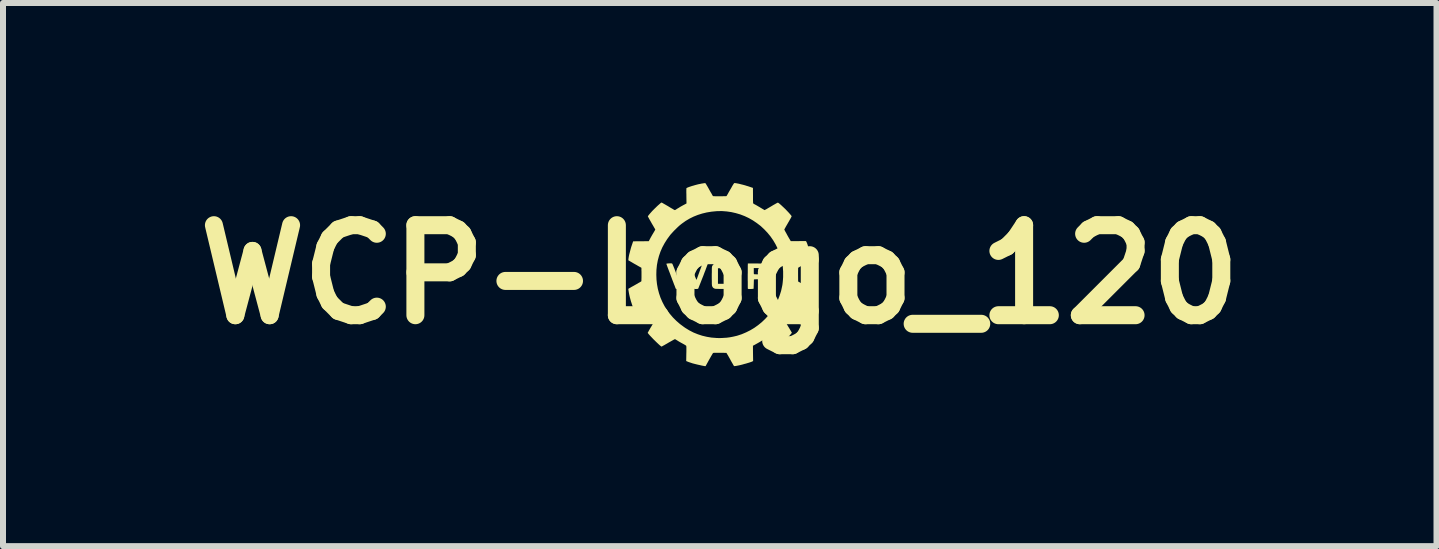
<source format=kicad_pcb>
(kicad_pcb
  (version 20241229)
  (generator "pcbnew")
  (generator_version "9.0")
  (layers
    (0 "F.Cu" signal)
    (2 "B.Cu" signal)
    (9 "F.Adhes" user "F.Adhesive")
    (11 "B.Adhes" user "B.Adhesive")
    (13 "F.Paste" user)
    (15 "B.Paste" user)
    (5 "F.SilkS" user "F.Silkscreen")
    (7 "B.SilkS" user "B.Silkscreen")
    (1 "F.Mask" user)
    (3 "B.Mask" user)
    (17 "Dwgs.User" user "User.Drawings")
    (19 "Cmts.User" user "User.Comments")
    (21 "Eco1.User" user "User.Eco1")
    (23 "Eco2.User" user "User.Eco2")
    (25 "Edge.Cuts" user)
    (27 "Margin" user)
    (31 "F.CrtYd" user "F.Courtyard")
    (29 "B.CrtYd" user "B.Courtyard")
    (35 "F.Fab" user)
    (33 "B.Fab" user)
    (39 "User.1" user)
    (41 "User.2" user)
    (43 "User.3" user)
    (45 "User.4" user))
  (footprint "WCP-Logo_120"
    (layer "F.Cu")
    (at 8.943 1.524)
    (property "Reference" "WCP-Logo_120" (at 0 0 0) (layer "F.SilkS") (effects (font (size 1.5 1.5) (thickness 0.3))))
    (attr board_only exclude_from_pos_files exclude_from_bom)
    (fp_poly (pts (xy 0.075 -0.182) (xy 0.107 -0.182) (xy 0.143 -0.182) (xy 0.174 -0.182) (xy 0.2 -0.182) (xy 0.222 -0.181) (xy 0.239 -0.181) (xy 0.253 -0.181) (xy 0.264 -0.18) (xy 0.272 -0.179) (xy 0.278 -0.179) (xy 0.282 -0.178) (xy 0.286 -0.177) (xy 0.288 -0.176) (xy 0.301 -0.169) (xy 0.311 -0.161) (xy 0.318 -0.151) (xy 0.323 -0.137) (xy 0.327 -0.12) (xy 0.329 -0.097) (xy 0.33 -0.091) (xy 0.331 -0.076) (xy 0.332 -0.062) (xy 0.332 -0.052) (xy 0.332 -0.046) (xy 0.331 -0.045) (xy 0.328 -0.043) (xy 0.32 -0.04) (xy 0.307 -0.038) (xy 0.288 -0.035) (xy 0.282 -0.034) (xy 0.266 -0.031) (xy 0.252 -0.03) (xy 0.241 -0.028) (xy 0.234 -0.028) (xy 0.233 -0.028) (xy 0.232 -0.031) (xy 0.231 -0.04) (xy 0.231 -0.052) (xy 0.23 -0.066) (xy 0.23 -0.067) (xy 0.228 -0.104) (xy 0.099 -0.104) (xy -0.03 -0.104) (xy -0.03 0.026) (xy -0.03 0.155) (xy 0.099 0.155) (xy 0.229 0.155) (xy 0.229 0.113) (xy 0.229 0.07) (xy 0.237 0.07) (xy 0.244 0.071) (xy 0.254 0.073) (xy 0.268 0.075) (xy 0.282 0.078) (xy 0.297 0.082) (xy 0.31 0.085) (xy 0.321 0.088) (xy 0.328 0.09) (xy 0.33 0.091) (xy 0.331 0.095) (xy 0.332 0.105) (xy 0.331 0.12) (xy 0.33 0.14) (xy 0.33 0.143) (xy 0.329 0.162) (xy 0.327 0.176) (xy 0.326 0.186) (xy 0.324 0.193) (xy 0.322 0.199) (xy 0.319 0.205) (xy 0.319 0.206) (xy 0.311 0.216) (xy 0.302 0.225) (xy 0.298 0.228) (xy 0.292 0.231) (xy 0.286 0.234) (xy 0.279 0.236) (xy 0.269 0.237) (xy 0.255 0.238) (xy 0.247 0.238) (xy 0.234 0.239) (xy 0.217 0.239) (xy 0.196 0.24) (xy 0.172 0.24) (xy 0.146 0.24) (xy 0.118 0.24) (xy 0.09 0.24) (xy 0.062 0.24) (xy 0.034 0.24) (xy 0.008 0.24) (xy -0.016 0.24) (xy -0.037 0.239) (xy -0.054 0.239) (xy -0.067 0.238) (xy -0.074 0.238) (xy -0.075 0.238) (xy -0.095 0.231) (xy -0.111 0.22) (xy -0.122 0.205) (xy -0.127 0.192) (xy -0.129 0.188) (xy -0.13 0.182) (xy -0.13 0.176) (xy -0.131 0.167) (xy -0.132 0.157) (xy -0.132 0.143) (xy -0.132 0.125) (xy -0.132 0.104) (xy -0.133 0.078) (xy -0.133 0.046) (xy -0.133 0.026) (xy -0.133 -0.008) (xy -0.132 -0.037) (xy -0.132 -0.061) (xy -0.132 -0.08) (xy -0.132 -0.096) (xy -0.131 -0.108) (xy -0.131 -0.117) (xy -0.13 -0.124) (xy -0.129 -0.13) (xy -0.128 -0.134) (xy -0.127 -0.138) (xy -0.127 -0.138) (xy -0.118 -0.154) (xy -0.105 -0.167) (xy -0.089 -0.177) (xy -0.078 -0.18) (xy -0.072 -0.181) (xy -0.06 -0.181) (xy -0.044 -0.182) (xy -0.023 -0.182) (xy 0.004 -0.183) (xy 0.037 -0.183)) (stroke (width 0) (type solid)) (fill yes) (layer "F.SilkS"))
    (fp_poly (pts (xy 0.536 -0.184) (xy 0.562 -0.184) (xy 0.592 -0.184) (xy 0.624 -0.184) (xy 0.657 -0.183) (xy 0.674 -0.183) (xy 0.876 -0.181) (xy 0.89 -0.174) (xy 0.9 -0.166) (xy 0.91 -0.157) (xy 0.913 -0.153) (xy 0.922 -0.14) (xy 0.923 -0.061) (xy 0.923 -0.035) (xy 0.923 -0.014) (xy 0.923 0.003) (xy 0.922 0.016) (xy 0.92 0.026) (xy 0.918 0.034) (xy 0.915 0.041) (xy 0.911 0.046) (xy 0.907 0.051) (xy 0.903 0.056) (xy 0.899 0.06) (xy 0.894 0.064) (xy 0.889 0.066) (xy 0.882 0.069) (xy 0.874 0.071) (xy 0.863 0.072) (xy 0.849 0.073) (xy 0.831 0.074) (xy 0.81 0.075) (xy 0.784 0.076) (xy 0.753 0.076) (xy 0.721 0.077) (xy 0.691 0.078) (xy 0.664 0.078) (xy 0.638 0.079) (xy 0.616 0.079) (xy 0.598 0.08) (xy 0.583 0.081) (xy 0.574 0.081) (xy 0.57 0.081) (xy 0.57 0.081) (xy 0.57 0.085) (xy 0.569 0.093) (xy 0.568 0.106) (xy 0.568 0.123) (xy 0.567 0.142) (xy 0.567 0.158) (xy 0.566 0.179) (xy 0.565 0.198) (xy 0.565 0.215) (xy 0.564 0.227) (xy 0.563 0.235) (xy 0.563 0.237) (xy 0.559 0.239) (xy 0.551 0.239) (xy 0.539 0.24) (xy 0.525 0.241) (xy 0.51 0.241) (xy 0.496 0.241) (xy 0.483 0.241) (xy 0.474 0.24) (xy 0.469 0.239) (xy 0.468 0.239) (xy 0.468 0.235) (xy 0.468 0.227) (xy 0.467 0.213) (xy 0.467 0.195) (xy 0.467 0.173) (xy 0.467 0.149) (xy 0.467 0.121) (xy 0.466 0.092) (xy 0.466 0.062) (xy 0.466 0.031) (xy 0.466 -0.000155) (xy 0.467 -0.031) (xy 0.467 -0.06) (xy 0.567 -0.06) (xy 0.567 -0.043) (xy 0.567 -0.028) (xy 0.568 -0.017) (xy 0.568 -0.01) (xy 0.569 -0.008) (xy 0.57 -0.007) (xy 0.572 -0.006) (xy 0.576 -0.005) (xy 0.583 -0.004) (xy 0.593 -0.004) (xy 0.606 -0.003) (xy 0.623 -0.003) (xy 0.645 -0.003) (xy 0.673 -0.003) (xy 0.691 -0.003) (xy 0.811 -0.003) (xy 0.819 -0.011) (xy 0.822 -0.014) (xy 0.824 -0.018) (xy 0.825 -0.023) (xy 0.826 -0.032) (xy 0.826 -0.044) (xy 0.826 -0.054) (xy 0.826 -0.072) (xy 0.825 -0.084) (xy 0.823 -0.093) (xy 0.819 -0.098) (xy 0.814 -0.101) (xy 0.806 -0.104) (xy 0.806 -0.104) (xy 0.8 -0.104) (xy 0.789 -0.105) (xy 0.774 -0.105) (xy 0.754 -0.106) (xy 0.732 -0.106) (xy 0.707 -0.107) (xy 0.681 -0.107) (xy 0.68 -0.107) (xy 0.567 -0.107) (xy 0.567 -0.06) (xy 0.467 -0.06) (xy 0.467 -0.06) (xy 0.467 -0.088) (xy 0.467 -0.113) (xy 0.467 -0.135) (xy 0.467 -0.154) (xy 0.468 -0.169) (xy 0.468 -0.179) (xy 0.469 -0.184) (xy 0.469 -0.184) (xy 0.472 -0.184) (xy 0.481 -0.184) (xy 0.495 -0.184) (xy 0.514 -0.184)) (stroke (width 0) (type solid)) (fill yes) (layer "F.SilkS"))
    (fp_poly (pts (xy -0.523 -0.186) (xy -0.513 -0.185) (xy -0.507 -0.184) (xy -0.503 -0.182) (xy -0.502 -0.181) (xy -0.5 -0.177) (xy -0.496 -0.168) (xy -0.49 -0.154) (xy -0.483 -0.137) (xy -0.474 -0.117) (xy -0.464 -0.094) (xy -0.454 -0.068) (xy -0.447 -0.05) (xy -0.434 -0.018) (xy -0.423 0.008) (xy -0.414 0.03) (xy -0.406 0.048) (xy -0.4 0.062) (xy -0.396 0.072) (xy -0.393 0.079) (xy -0.39 0.084) (xy -0.388 0.087) (xy -0.387 0.087) (xy -0.387 0.087) (xy -0.386 0.085) (xy -0.386 0.085) (xy -0.384 0.082) (xy -0.381 0.073) (xy -0.376 0.059) (xy -0.37 0.042) (xy -0.362 0.021) (xy -0.354 -0.002) (xy -0.344 -0.028) (xy -0.337 -0.049) (xy -0.327 -0.075) (xy -0.318 -0.1) (xy -0.309 -0.123) (xy -0.302 -0.143) (xy -0.296 -0.159) (xy -0.291 -0.171) (xy -0.288 -0.178) (xy -0.287 -0.181) (xy -0.283 -0.182) (xy -0.274 -0.183) (xy -0.263 -0.184) (xy -0.249 -0.185) (xy -0.235 -0.185) (xy -0.223 -0.186) (xy -0.213 -0.185) (xy -0.206 -0.185) (xy -0.206 -0.185) (xy -0.201 -0.183) (xy -0.2 -0.179) (xy -0.201 -0.174) (xy -0.203 -0.167) (xy -0.208 -0.155) (xy -0.214 -0.139) (xy -0.221 -0.119) (xy -0.23 -0.096) (xy -0.239 -0.07) (xy -0.25 -0.043) (xy -0.261 -0.014) (xy -0.272 0.016) (xy -0.284 0.046) (xy -0.296 0.076) (xy -0.307 0.104) (xy -0.318 0.132) (xy -0.328 0.157) (xy -0.337 0.18) (xy -0.345 0.2) (xy -0.351 0.216) (xy -0.356 0.228) (xy -0.359 0.235) (xy -0.36 0.237) (xy -0.365 0.239) (xy -0.374 0.24) (xy -0.386 0.241) (xy -0.398 0.241) (xy -0.411 0.241) (xy -0.421 0.239) (xy -0.428 0.238) (xy -0.429 0.237) (xy -0.431 0.233) (xy -0.435 0.225) (xy -0.44 0.212) (xy -0.447 0.195) (xy -0.455 0.175) (xy -0.465 0.152) (xy -0.475 0.128) (xy -0.479 0.116) (xy -0.49 0.09) (xy -0.5 0.065) (xy -0.51 0.041) (xy -0.518 0.021) (xy -0.525 0.003) (xy -0.531 -0.01) (xy -0.535 -0.019) (xy -0.535 -0.021) (xy -0.544 -0.041) (xy -0.602 0.099) (xy -0.66 0.239) (xy -0.695 0.24) (xy -0.73 0.241) (xy -0.734 0.233) (xy -0.737 0.227) (xy -0.741 0.217) (xy -0.746 0.203) (xy -0.753 0.184) (xy -0.762 0.163) (xy -0.771 0.138) (xy -0.781 0.112) (xy -0.792 0.084) (xy -0.803 0.054) (xy -0.814 0.025) (xy -0.825 -0.005) (xy -0.836 -0.034) (xy -0.847 -0.062) (xy -0.857 -0.088) (xy -0.866 -0.112) (xy -0.874 -0.133) (xy -0.88 -0.151) (xy -0.885 -0.165) (xy -0.889 -0.174) (xy -0.89 -0.178) (xy -0.89 -0.178) (xy -0.887 -0.18) (xy -0.879 -0.182) (xy -0.867 -0.184) (xy -0.851 -0.185) (xy -0.832 -0.186) (xy -0.82 -0.186) (xy -0.808 -0.186) (xy -0.8 -0.185) (xy -0.795 -0.183) (xy -0.791 -0.179) (xy -0.791 -0.179) (xy -0.788 -0.175) (xy -0.784 -0.165) (xy -0.778 -0.151) (xy -0.771 -0.134) (xy -0.763 -0.114) (xy -0.754 -0.093) (xy -0.75 -0.081) (xy -0.736 -0.045) (xy -0.725 -0.014) (xy -0.715 0.012) (xy -0.707 0.033) (xy -0.7 0.05) (xy -0.695 0.063) (xy -0.691 0.073) (xy -0.688 0.08) (xy -0.685 0.084) (xy -0.684 0.086) (xy -0.683 0.086) (xy -0.683 0.086) (xy -0.681 0.083) (xy -0.678 0.075) (xy -0.672 0.062) (xy -0.665 0.045) (xy -0.657 0.025) (xy -0.648 0.002) (xy -0.637 -0.023) (xy -0.628 -0.047) (xy -0.617 -0.074) (xy -0.607 -0.099) (xy -0.598 -0.122) (xy -0.589 -0.142) (xy -0.583 -0.159) (xy -0.577 -0.171) (xy -0.574 -0.179) (xy -0.572 -0.182) (xy -0.568 -0.184) (xy -0.558 -0.185) (xy -0.542 -0.186) (xy -0.538 -0.186)) (stroke (width 0) (type solid)) (fill yes) (layer "F.SilkS"))
    (fp_poly (pts (xy 0.255 -1.523) (xy 0.269 -1.522) (xy 0.288 -1.518) (xy 0.311 -1.514) (xy 0.336 -1.508) (xy 0.363 -1.501) (xy 0.392 -1.494) (xy 0.421 -1.486) (xy 0.449 -1.477) (xy 0.477 -1.469) (xy 0.488 -1.465) (xy 0.553 -1.443) (xy 0.554 -1.316) (xy 0.554 -1.283) (xy 0.554 -1.255) (xy 0.554 -1.233) (xy 0.555 -1.215) (xy 0.555 -1.202) (xy 0.556 -1.193) (xy 0.557 -1.187) (xy 0.558 -1.184) (xy 0.558 -1.184) (xy 0.562 -1.181) (xy 0.57 -1.176) (xy 0.582 -1.169) (xy 0.592 -1.164) (xy 0.603 -1.158) (xy 0.619 -1.149) (xy 0.637 -1.138) (xy 0.657 -1.127) (xy 0.676 -1.115) (xy 0.683 -1.111) (xy 0.701 -1.1) (xy 0.716 -1.091) (xy 0.73 -1.083) (xy 0.74 -1.077) (xy 0.746 -1.074) (xy 0.747 -1.073) (xy 0.75 -1.074) (xy 0.758 -1.079) (xy 0.77 -1.085) (xy 0.786 -1.094) (xy 0.804 -1.105) (xy 0.825 -1.117) (xy 0.847 -1.13) (xy 0.854 -1.134) (xy 0.877 -1.148) (xy 0.899 -1.161) (xy 0.919 -1.172) (xy 0.936 -1.182) (xy 0.949 -1.189) (xy 0.959 -1.194) (xy 0.965 -1.197) (xy 0.965 -1.197) (xy 0.97 -1.197) (xy 0.976 -1.194) (xy 0.984 -1.189) (xy 0.995 -1.18) (xy 1.009 -1.168) (xy 1.026 -1.153) (xy 1.047 -1.133) (xy 1.055 -1.126) (xy 1.075 -1.107) (xy 1.095 -1.088) (xy 1.114 -1.068) (xy 1.132 -1.049) (xy 1.15 -1.03) (xy 1.165 -1.013) (xy 1.178 -0.998) (xy 1.188 -0.986) (xy 1.195 -0.976) (xy 1.198 -0.97) (xy 1.198 -0.969) (xy 1.196 -0.966) (xy 1.192 -0.957) (xy 1.185 -0.944) (xy 1.177 -0.928) (xy 1.166 -0.91) (xy 1.154 -0.888) (xy 1.141 -0.866) (xy 1.137 -0.859) (xy 1.124 -0.836) (xy 1.111 -0.814) (xy 1.1 -0.795) (xy 1.091 -0.778) (xy 1.083 -0.764) (xy 1.078 -0.754) (xy 1.076 -0.749) (xy 1.076 -0.748) (xy 1.077 -0.745) (xy 1.082 -0.736) (xy 1.088 -0.724) (xy 1.096 -0.709) (xy 1.106 -0.692) (xy 1.116 -0.673) (xy 1.127 -0.653) (xy 1.138 -0.633) (xy 1.149 -0.614) (xy 1.159 -0.597) (xy 1.168 -0.582) (xy 1.175 -0.569) (xy 1.181 -0.561) (xy 1.184 -0.557) (xy 1.184 -0.557) (xy 1.188 -0.556) (xy 1.197 -0.556) (xy 1.211 -0.556) (xy 1.229 -0.556) (xy 1.25 -0.556) (xy 1.274 -0.556) (xy 1.3 -0.556) (xy 1.308 -0.556) (xy 1.335 -0.557) (xy 1.36 -0.557) (xy 1.382 -0.557) (xy 1.402 -0.557) (xy 1.417 -0.557) (xy 1.429 -0.557) (xy 1.434 -0.557) (xy 1.435 -0.556) (xy 1.44 -0.552) (xy 1.445 -0.542) (xy 1.452 -0.527) (xy 1.46 -0.506) (xy 1.468 -0.481) (xy 1.477 -0.45) (xy 1.487 -0.416) (xy 1.497 -0.377) (xy 1.5 -0.364) (xy 1.508 -0.332) (xy 1.514 -0.305) (xy 1.519 -0.283) (xy 1.522 -0.266) (xy 1.523 -0.253) (xy 1.523 -0.244) (xy 1.522 -0.238) (xy 1.521 -0.236) (xy 1.517 -0.234) (xy 1.509 -0.229) (xy 1.497 -0.222) (xy 1.481 -0.212) (xy 1.462 -0.202) (xy 1.441 -0.19) (xy 1.418 -0.177) (xy 1.413 -0.174) (xy 1.39 -0.161) (xy 1.368 -0.148) (xy 1.349 -0.137) (xy 1.333 -0.128) (xy 1.32 -0.12) (xy 1.311 -0.115) (xy 1.307 -0.112) (xy 1.307 -0.112) (xy 1.306 -0.108) (xy 1.306 -0.099) (xy 1.306 -0.085) (xy 1.305 -0.067) (xy 1.305 -0.046) (xy 1.305 -0.022) (xy 1.305 0.003) (xy 1.305 0.004) (xy 1.306 0.116) (xy 1.413 0.177) (xy 1.436 0.19) (xy 1.458 0.203) (xy 1.477 0.214) (xy 1.494 0.224) (xy 1.508 0.232) (xy 1.517 0.238) (xy 1.522 0.241) (xy 1.522 0.242) (xy 1.523 0.247) (xy 1.522 0.257) (xy 1.52 0.272) (xy 1.516 0.292) (xy 1.512 0.315) (xy 1.506 0.341) (xy 1.499 0.368) (xy 1.496 0.381) (xy 1.492 0.397) (xy 1.486 0.416) (xy 1.48 0.437) (xy 1.473 0.458) (xy 1.467 0.479) (xy 1.461 0.5) (xy 1.455 0.518) (xy 1.45 0.533) (xy 1.446 0.544) (xy 1.444 0.549) (xy 1.44 0.556) (xy 1.315 0.556) (xy 1.288 0.557) (xy 1.263 0.557) (xy 1.24 0.557) (xy 1.22 0.557) (xy 1.204 0.558) (xy 1.192 0.558) (xy 1.186 0.558) (xy 1.185 0.559) (xy 1.182 0.562) (xy 1.177 0.57) (xy 1.17 0.581) (xy 1.163 0.594) (xy 1.161 0.597) (xy 1.154 0.612) (xy 1.144 0.63) (xy 1.132 0.65) (xy 1.12 0.671) (xy 1.109 0.689) (xy 1.099 0.706) (xy 1.091 0.722) (xy 1.083 0.735) (xy 1.079 0.745) (xy 1.076 0.751) (xy 1.076 0.751) (xy 1.077 0.754) (xy 1.079 0.76) (xy 1.084 0.768) (xy 1.09 0.78) (xy 1.098 0.794) (xy 1.109 0.813) (xy 1.122 0.836) (xy 1.138 0.863) (xy 1.157 0.894) (xy 1.179 0.931) (xy 1.188 0.947) (xy 1.194 0.957) (xy 1.199 0.965) (xy 1.201 0.97) (xy 1.201 0.971) (xy 1.199 0.975) (xy 1.193 0.982) (xy 1.184 0.993) (xy 1.173 1.007) (xy 1.159 1.022) (xy 1.144 1.039) (xy 1.127 1.057) (xy 1.12 1.066) (xy 1.102 1.084) (xy 1.081 1.105) (xy 1.057 1.127) (xy 1.034 1.149) (xy 1.011 1.17) (xy 0.991 1.187) (xy 0.987 1.19) (xy 0.97 1.204) (xy 0.922 1.176) (xy 0.903 1.166) (xy 0.881 1.153) (xy 0.858 1.139) (xy 0.835 1.126) (xy 0.815 1.114) (xy 0.794 1.102) (xy 0.777 1.092) (xy 0.763 1.085) (xy 0.753 1.08) (xy 0.748 1.079) (xy 0.742 1.081) (xy 0.732 1.086) (xy 0.718 1.093) (xy 0.701 1.103) (xy 0.7 1.104) (xy 0.66 1.128) (xy 0.619 1.151) (xy 0.58 1.173) (xy 0.574 1.176) (xy 0.553 1.187) (xy 0.554 1.314) (xy 0.556 1.441) (xy 0.548 1.446) (xy 0.54 1.45) (xy 0.526 1.456) (xy 0.508 1.462) (xy 0.487 1.469) (xy 0.463 1.476) (xy 0.437 1.484) (xy 0.409 1.491) (xy 0.382 1.499) (xy 0.355 1.506) (xy 0.329 1.512) (xy 0.305 1.517) (xy 0.284 1.521) (xy 0.274 1.523) (xy 0.259 1.525) (xy 0.249 1.526) (xy 0.243 1.527) (xy 0.239 1.526) (xy 0.237 1.524) (xy 0.234 1.52) (xy 0.229 1.512) (xy 0.222 1.5) (xy 0.213 1.484) (xy 0.202 1.465) (xy 0.19 1.444) (xy 0.177 1.421) (xy 0.174 1.414) (xy 0.161 1.391) (xy 0.149 1.37) (xy 0.138 1.35) (xy 0.128 1.334) (xy 0.12 1.321) (xy 0.115 1.312) (xy 0.112 1.307) (xy 0.112 1.307) (xy 0.108 1.306) (xy 0.099 1.306) (xy 0.086 1.306) (xy 0.069 1.305) (xy 0.049 1.305) (xy 0.027 1.305) (xy 0.005 1.305) (xy -0.018 1.305) (xy -0.039 1.305) (xy -0.06 1.305) (xy -0.078 1.305) (xy -0.092 1.305) (xy -0.103 1.306) (xy -0.108 1.306) (xy -0.108 1.306) (xy -0.111 1.309) (xy -0.116 1.314) (xy -0.122 1.324) (xy -0.13 1.338) (xy -0.141 1.356) (xy -0.154 1.379) (xy -0.169 1.406) (xy -0.176 1.418) (xy -0.236 1.527) (xy -0.247 1.527) (xy -0.253 1.526) (xy -0.264 1.524) (xy -0.279 1.521) (xy -0.296 1.518) (xy -0.315 1.514) (xy -0.317 1.513) (xy -0.367 1.502) (xy -0.412 1.491) (xy -0.451 1.481) (xy -0.484 1.47) (xy -0.514 1.46) (xy -0.538 1.451) (xy -0.541 1.449) (xy -0.559 1.442) (xy -0.557 1.319) (xy -0.556 1.287) (xy -0.556 1.26) (xy -0.556 1.238) (xy -0.556 1.221) (xy -0.556 1.208) (xy -0.557 1.199) (xy -0.558 1.193) (xy -0.558 1.189) (xy -0.559 1.189) (xy -0.563 1.184) (xy -0.574 1.177) (xy -0.59 1.167) (xy -0.608 1.157) (xy -0.628 1.146) (xy -0.65 1.134) (xy -0.673 1.121) (xy -0.693 1.109) (xy -0.697 1.106) (xy -0.712 1.097) (xy -0.725 1.089) (xy -0.736 1.082) (xy -0.743 1.078) (xy -0.745 1.077) (xy -0.749 1.078) (xy -0.758 1.082) (xy -0.771 1.089) (xy -0.789 1.099) (xy -0.81 1.111) (xy -0.835 1.125) (xy -0.858 1.138) (xy -0.881 1.152) (xy -0.903 1.164) (xy -0.923 1.176) (xy -0.94 1.185) (xy -0.954 1.193) (xy -0.964 1.198) (xy -0.97 1.201) (xy -0.97 1.201) (xy -0.975 1.199) (xy -0.983 1.193) (xy -0.995 1.183) (xy -1.009 1.171) (xy -1.025 1.156) (xy -1.043 1.139) (xy -1.062 1.121) (xy -1.081 1.102) (xy -1.101 1.083) (xy -1.12 1.063) (xy -1.138 1.044) (xy -1.155 1.026) (xy -1.162 1.019) (xy -1.174 1.005) (xy -1.185 0.993) (xy -1.193 0.982) (xy -1.199 0.975) (xy -1.201 0.972) (xy -1.201 0.972) (xy -1.199 0.969) (xy -1.195 0.961) (xy -1.188 0.949) (xy -1.18 0.934) (xy -1.169 0.915) (xy -1.157 0.894) (xy -1.144 0.872) (xy -1.138 0.863) (xy -1.125 0.84) (xy -1.112 0.818) (xy -1.101 0.798) (xy -1.091 0.781) (xy -1.084 0.767) (xy -1.079 0.757) (xy -1.076 0.751) (xy -1.076 0.75) (xy -1.078 0.745) (xy -1.082 0.736) (xy -1.088 0.725) (xy -1.097 0.71) (xy -1.103 0.7) (xy -1.114 0.682) (xy -1.126 0.661) (xy -1.138 0.64) (xy -1.15 0.62) (xy -1.16 0.6) (xy -1.169 0.584) (xy -1.176 0.571) (xy -1.178 0.566) (xy -1.182 0.555) (xy -1.209 0.555) (xy -1.219 0.555) (xy -1.234 0.555) (xy -1.253 0.556) (xy -1.275 0.556) (xy -1.299 0.557) (xy -1.324 0.557) (xy -1.335 0.558) (xy -1.359 0.558) (xy -1.381 0.559) (xy -1.401 0.559) (xy -1.417 0.559) (xy -1.429 0.559) (xy -1.436 0.559) (xy -1.438 0.559) (xy -1.441 0.555) (xy -1.445 0.546) (xy -1.451 0.533) (xy -1.457 0.516) (xy -1.464 0.495) (xy -1.471 0.473) (xy -1.479 0.449) (xy -1.486 0.424) (xy -1.493 0.398) (xy -1.497 0.384) (xy -1.501 0.366) (xy -1.506 0.345) (xy -1.51 0.325) (xy -1.514 0.304) (xy -1.517 0.285) (xy -1.52 0.268) (xy -1.522 0.254) (xy -1.523 0.243) (xy -1.522 0.238) (xy -1.522 0.238) (xy -1.519 0.236) (xy -1.511 0.231) (xy -1.499 0.224) (xy -1.483 0.215) (xy -1.465 0.204) (xy -1.444 0.193) (xy -1.421 0.18) (xy -1.416 0.177) (xy -1.393 0.164) (xy -1.371 0.152) (xy -1.352 0.14) (xy -1.335 0.131) (xy -1.322 0.123) (xy -1.313 0.118) (xy -1.308 0.115) (xy -1.308 0.114) (xy -1.307 0.112) (xy -1.306 0.108) (xy -1.305 0.101) (xy -1.305 0.09) (xy -1.305 0.075) (xy -1.304 0.056) (xy -1.304 0.033) (xy -1.304 0.003) (xy -1.304 0.003) (xy -1.057 0.003) (xy -1.054 0.085) (xy -1.046 0.159) (xy -1.032 0.237) (xy -1.012 0.313) (xy -0.987 0.387) (xy -0.956 0.458) (xy -0.92 0.527) (xy -0.879 0.593) (xy -0.832 0.655) (xy -0.781 0.715) (xy -0.724 0.772) (xy -0.663 0.825) (xy -0.597 0.874) (xy -0.574 0.89) (xy -0.507 0.931) (xy -0.437 0.967) (xy -0.365 0.996) (xy -0.292 1.02) (xy -0.216 1.038) (xy -0.139 1.051) (xy -0.06 1.057) (xy -0.056 1.058) (xy -0.038 1.058) (xy -0.02 1.059) (xy -0.005 1.059) (xy 0.007 1.059) (xy 0.011 1.059) (xy 0.021 1.058) (xy 0.036 1.058) (xy 0.052 1.057) (xy 0.067 1.056) (xy 0.117 1.053) (xy 0.169 1.046) (xy 0.222 1.036) (xy 0.274 1.024) (xy 0.29 1.02) (xy 0.366 0.995) (xy 0.439 0.964) (xy 0.509 0.929) (xy 0.576 0.889) (xy 0.639 0.844) (xy 0.699 0.795) (xy 0.755 0.742) (xy 0.807 0.685) (xy 0.855 0.625) (xy 0.898 0.561) (xy 0.936 0.493) (xy 0.97 0.423) (xy 0.998 0.35) (xy 1.022 0.275) (xy 1.039 0.197) (xy 1.044 0.172) (xy 1.049 0.132) (xy 1.053 0.088) (xy 1.056 0.042) (xy 1.056 -0.004) (xy 1.056 -0.05) (xy 1.053 -0.093) (xy 1.051 -0.122) (xy 1.038 -0.202) (xy 1.019 -0.281) (xy 0.995 -0.357) (xy 0.966 -0.43) (xy 0.931 -0.501) (xy 0.891 -0.569) (xy 0.846 -0.634) (xy 0.796 -0.695) (xy 0.741 -0.753) (xy 0.682 -0.808) (xy 0.618 -0.857) (xy 0.553 -0.901) (xy 0.485 -0.94) (xy 0.415 -0.973) (xy 0.342 -1.001) (xy 0.267 -1.023) (xy 0.192 -1.04) (xy 0.115 -1.051) (xy 0.037 -1.057) (xy -0.04 -1.056) (xy -0.056 -1.055) (xy -0.138 -1.047) (xy -0.217 -1.034) (xy -0.292 -1.016) (xy -0.365 -0.993) (xy -0.435 -0.965) (xy -0.502 -0.932) (xy -0.568 -0.893) (xy -0.631 -0.848) (xy -0.654 -0.83) (xy -0.671 -0.816) (xy -0.692 -0.797) (xy -0.714 -0.776) (xy -0.737 -0.753) (xy -0.761 -0.73) (xy -0.783 -0.706) (xy -0.803 -0.684) (xy -0.821 -0.664) (xy -0.828 -0.655) (xy -0.876 -0.59) (xy -0.919 -0.522) (xy -0.957 -0.452) (xy -0.988 -0.381) (xy -1.013 -0.308) (xy -1.033 -0.233) (xy -1.047 -0.156) (xy -1.055 -0.077) (xy -1.057 0.003) (xy -1.304 0.003) (xy -1.304 -0.000102) (xy -1.304 -0.025) (xy -1.304 -0.049) (xy -1.305 -0.07) (xy -1.305 -0.087) (xy -1.305 -0.1) (xy -1.305 -0.109) (xy -1.306 -0.112) (xy -1.309 -0.114) (xy -1.316 -0.118) (xy -1.328 -0.125) (xy -1.343 -0.133) (xy -1.361 -0.143) (xy -1.381 -0.155) (xy -1.395 -0.163) (xy -1.417 -0.175) (xy -1.438 -0.187) (xy -1.458 -0.199) (xy -1.475 -0.209) (xy -1.489 -0.217) (xy -1.499 -0.223) (xy -1.503 -0.225) (xy -1.523 -0.237) (xy -1.522 -0.255) (xy -1.52 -0.27) (xy -1.517 -0.29) (xy -1.513 -0.313) (xy -1.507 -0.34) (xy -1.499 -0.369) (xy -1.491 -0.4) (xy -1.483 -0.431) (xy -1.474 -0.462) (xy -1.464 -0.491) (xy -1.456 -0.515) (xy -1.443 -0.553) (xy -1.313 -0.554) (xy -1.183 -0.555) (xy -1.163 -0.592) (xy -1.156 -0.606) (xy -1.146 -0.624) (xy -1.134 -0.645) (xy -1.122 -0.666) (xy -1.11 -0.686) (xy -1.108 -0.689) (xy -1.096 -0.71) (xy -1.086 -0.726) (xy -1.08 -0.738) (xy -1.076 -0.746) (xy -1.075 -0.751) (xy -1.075 -0.753) (xy -1.085 -0.769) (xy -1.096 -0.788) (xy -1.108 -0.809) (xy -1.121 -0.831) (xy -1.134 -0.853) (xy -1.146 -0.875) (xy -1.158 -0.896) (xy -1.169 -0.915) (xy -1.179 -0.933) (xy -1.187 -0.948) (xy -1.193 -0.959) (xy -1.197 -0.966) (xy -1.198 -0.968) (xy -1.196 -0.973) (xy -1.19 -0.982) (xy -1.181 -0.993) (xy -1.169 -1.008) (xy -1.155 -1.024) (xy -1.14 -1.041) (xy -1.123 -1.06) (xy -1.107 -1.076) (xy -1.095 -1.088) (xy -1.081 -1.102) (xy -1.065 -1.117) (xy -1.049 -1.133) (xy -1.032 -1.149) (xy -1.016 -1.163) (xy -1.001 -1.176) (xy -0.989 -1.187) (xy -0.98 -1.194) (xy -0.976 -1.197) (xy -0.974 -1.198) (xy -0.972 -1.198) (xy -0.968 -1.198) (xy -0.962 -1.196) (xy -0.955 -1.192) (xy -0.944 -1.186) (xy -0.931 -1.178) (xy -0.913 -1.168) (xy -0.89 -1.155) (xy -0.888 -1.153) (xy -0.866 -1.141) (xy -0.845 -1.128) (xy -0.825 -1.116) (xy -0.807 -1.105) (xy -0.792 -1.097) (xy -0.781 -1.09) (xy -0.779 -1.089) (xy -0.768 -1.082) (xy -0.758 -1.077) (xy -0.751 -1.074) (xy -0.748 -1.073) (xy -0.743 -1.075) (xy -0.735 -1.079) (xy -0.726 -1.085) (xy -0.726 -1.085) (xy -0.706 -1.098) (xy -0.682 -1.112) (xy -0.657 -1.128) (xy -0.63 -1.143) (xy -0.605 -1.157) (xy -0.595 -1.162) (xy -0.554 -1.184) (xy -0.556 -1.309) (xy -0.556 -1.336) (xy -0.557 -1.362) (xy -0.557 -1.385) (xy -0.557 -1.404) (xy -0.556 -1.42) (xy -0.556 -1.431) (xy -0.556 -1.437) (xy -0.555 -1.438) (xy -0.55 -1.442) (xy -0.54 -1.447) (xy -0.526 -1.453) (xy -0.507 -1.46) (xy -0.486 -1.467) (xy -0.462 -1.475) (xy -0.436 -1.482) (xy -0.41 -1.49) (xy -0.383 -1.497) (xy -0.372 -1.5) (xy -0.351 -1.505) (xy -0.329 -1.509) (xy -0.308 -1.514) (xy -0.288 -1.517) (xy -0.27 -1.52) (xy -0.256 -1.522) (xy -0.245 -1.523) (xy -0.24 -1.523) (xy -0.24 -1.523) (xy -0.238 -1.52) (xy -0.233 -1.513) (xy -0.225 -1.501) (xy -0.216 -1.485) (xy -0.205 -1.467) (xy -0.193 -1.446) (xy -0.18 -1.423) (xy -0.177 -1.417) (xy -0.164 -1.394) (xy -0.152 -1.372) (xy -0.14 -1.353) (xy -0.131 -1.336) (xy -0.123 -1.322) (xy -0.118 -1.313) (xy -0.114 -1.308) (xy -0.114 -1.308) (xy -0.112 -1.307) (xy -0.108 -1.306) (xy -0.102 -1.305) (xy -0.092 -1.305) (xy -0.079 -1.304) (xy -0.062 -1.304) (xy -0.039 -1.304) (xy -0.012 -1.304) (xy 0.000295 -1.304) (xy 0.026 -1.304) (xy 0.049 -1.304) (xy 0.07 -1.305) (xy 0.087 -1.305) (xy 0.101 -1.305) (xy 0.109 -1.306) (xy 0.112 -1.306) (xy 0.114 -1.309) (xy 0.119 -1.317) (xy 0.126 -1.329) (xy 0.135 -1.344) (xy 0.145 -1.363) (xy 0.157 -1.384) (xy 0.17 -1.406) (xy 0.175 -1.415) (xy 0.191 -1.442) (xy 0.203 -1.464) (xy 0.213 -1.482) (xy 0.222 -1.495) (xy 0.228 -1.506) (xy 0.233 -1.513) (xy 0.237 -1.518) (xy 0.24 -1.521) (xy 0.243 -1.523) (xy 0.245 -1.524) (xy 0.245 -1.524)) (stroke (width 0) (type solid)) (fill yes) (layer "F.SilkS")))
  (gr_rect
    (start -3 -3)
    (end 20.886 6.05)
    (stroke (width 0.1) (type default))
    (fill no)
    (layer "Edge.Cuts")))
</source>
